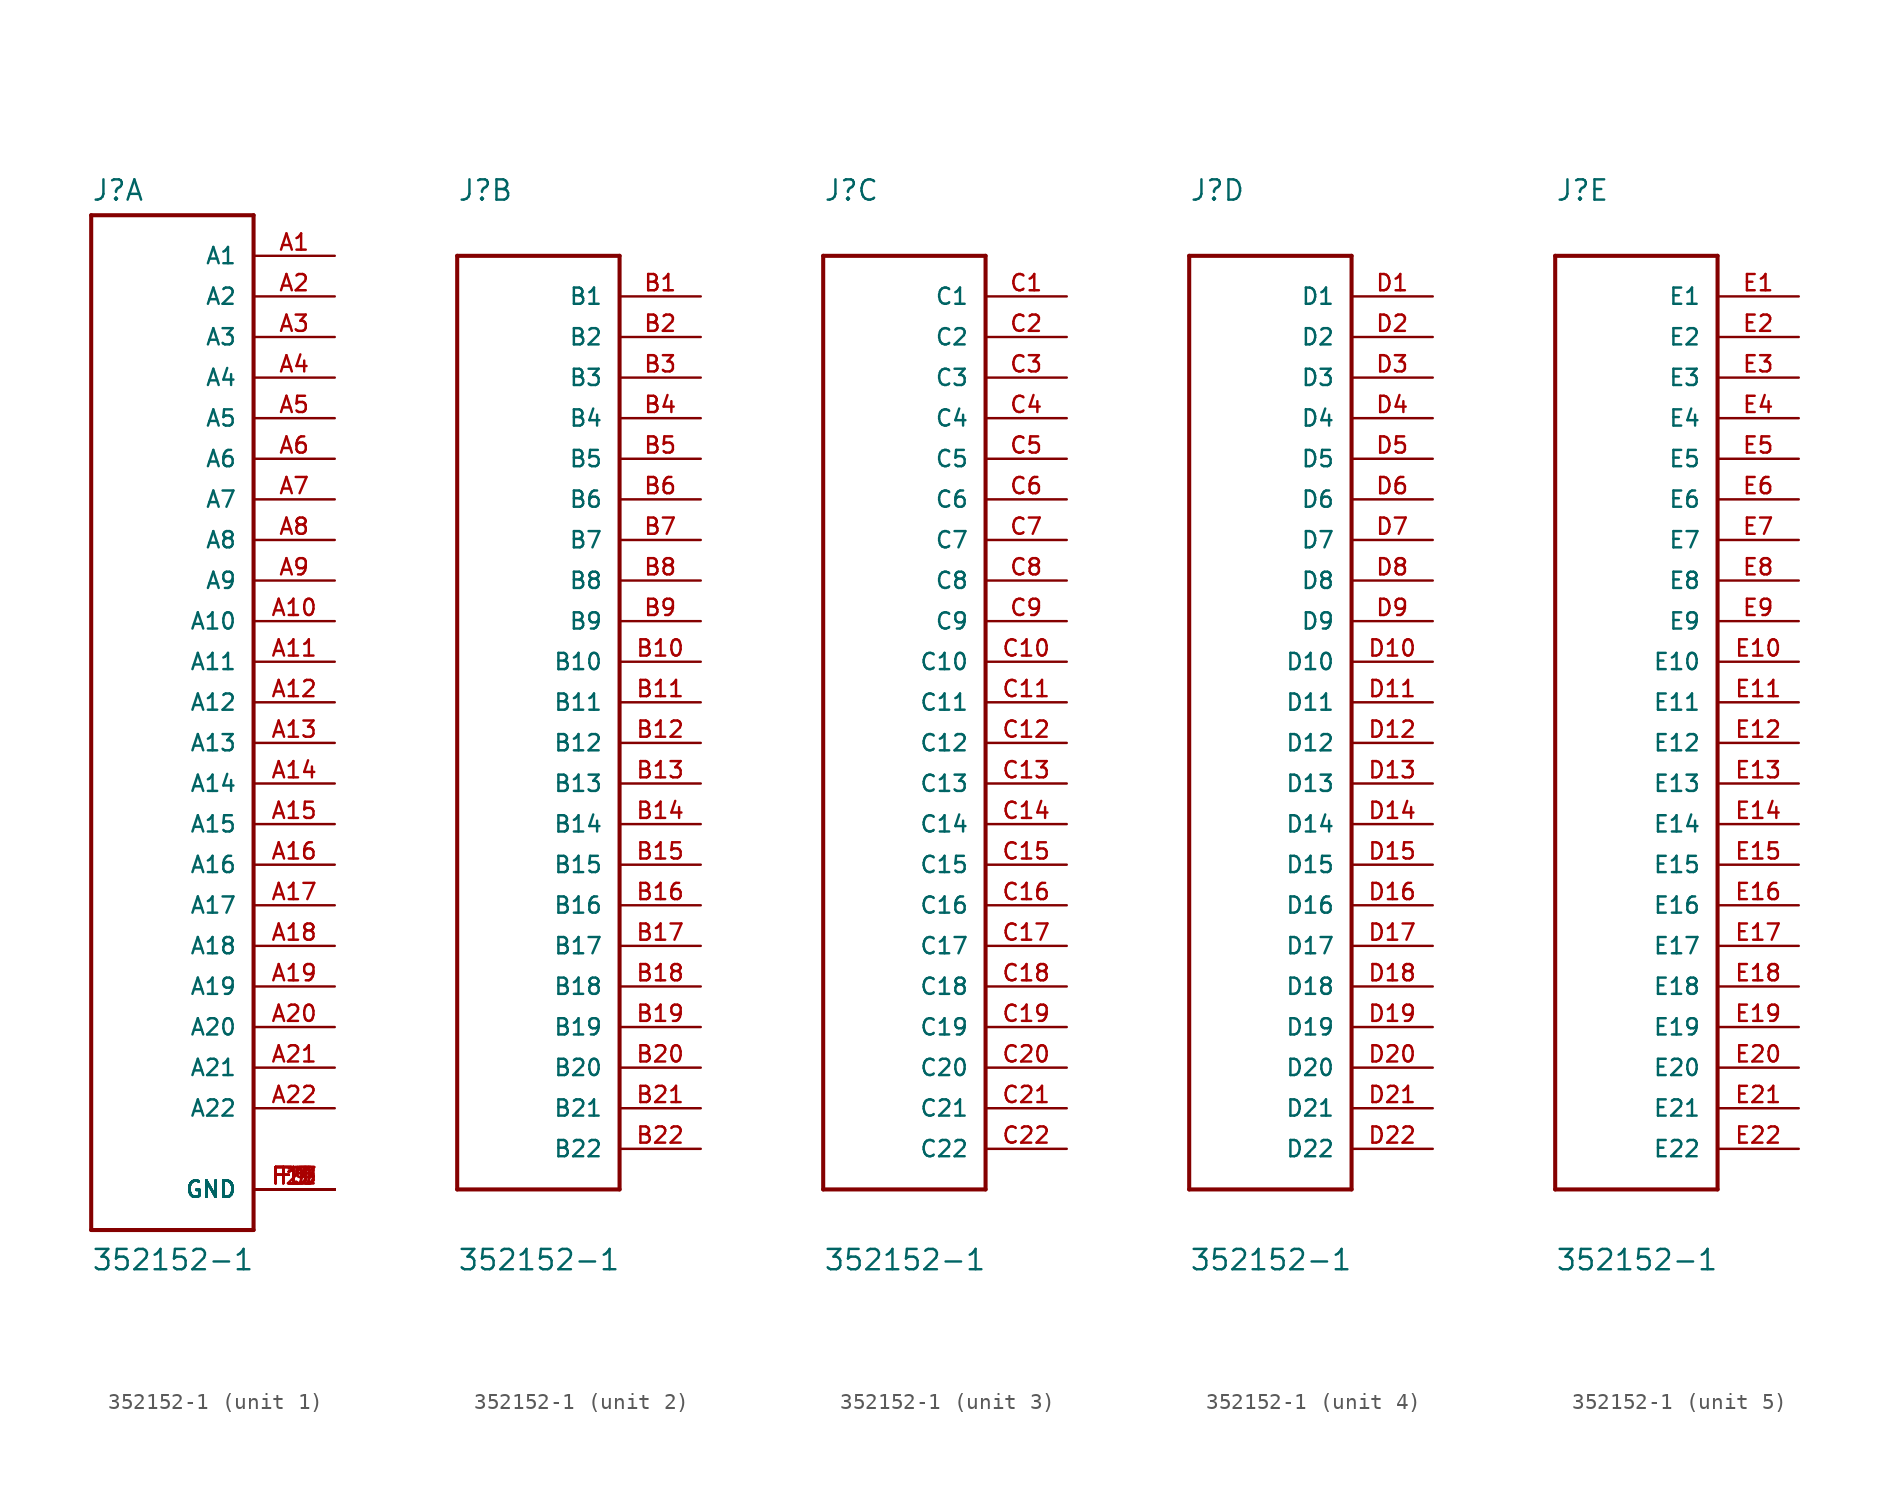
<source format=kicad_sym>
(kicad_symbol_lib
  (version 20211014)
  (generator kicad_symbol_editor)
  (symbol "352152-1"
    (pin_names
      (offset 1.016))
    (property "Reference" "J"
      (at -5.08 31.293 0)
      (effects (font (size 1.27 1.27)) (justify left bottom)))
    (property "Value" "352152-1"
      (at -5.08 -35.636 0)
      (effects (font (size 1.27 1.27)) (justify left bottom)))
    (property "ki_locked" ""
      (at 0 0 0)
      (effects (font (size 1.27 1.27))))
    (symbol "352152-1_1_0"
      (polyline (pts (xy -5.08 -33.02) (xy 5.08 -33.02)) (stroke (width 0.254) (type default) (color 0 0 0 0)) (fill (type none)))
      (polyline (pts (xy -5.08 30.48) (xy -5.08 -33.02)) (stroke (width 0.254) (type default) (color 0 0 0 0)) (fill (type none)))
      (polyline (pts (xy 5.08 -33.02) (xy 5.08 30.48)) (stroke (width 0.254) (type default) (color 0 0 0 0)) (fill (type none)))
      (polyline (pts (xy 5.08 30.48) (xy -5.08 30.48)) (stroke (width 0.254) (type default) (color 0 0 0 0)) (fill (type none)))
      (pin passive line (at 10.16 27.94 180) (length 5.08) (name "A1" (effects (font (size 1.016 1.016)))) (number "A1" (effects (font (size 1.016 1.016)))))
      (pin passive line (at 10.16 5.08 180) (length 5.08) (name "A10" (effects (font (size 1.016 1.016)))) (number "A10" (effects (font (size 1.016 1.016)))))
      (pin passive line (at 10.16 2.54 180) (length 5.08) (name "A11" (effects (font (size 1.016 1.016)))) (number "A11" (effects (font (size 1.016 1.016)))))
      (pin passive line (at 10.16 0 180) (length 5.08) (name "A12" (effects (font (size 1.016 1.016)))) (number "A12" (effects (font (size 1.016 1.016)))))
      (pin passive line (at 10.16 -2.54 180) (length 5.08) (name "A13" (effects (font (size 1.016 1.016)))) (number "A13" (effects (font (size 1.016 1.016)))))
      (pin passive line (at 10.16 -5.08 180) (length 5.08) (name "A14" (effects (font (size 1.016 1.016)))) (number "A14" (effects (font (size 1.016 1.016)))))
      (pin passive line (at 10.16 -7.62 180) (length 5.08) (name "A15" (effects (font (size 1.016 1.016)))) (number "A15" (effects (font (size 1.016 1.016)))))
      (pin passive line (at 10.16 -10.16 180) (length 5.08) (name "A16" (effects (font (size 1.016 1.016)))) (number "A16" (effects (font (size 1.016 1.016)))))
      (pin passive line (at 10.16 -12.7 180) (length 5.08) (name "A17" (effects (font (size 1.016 1.016)))) (number "A17" (effects (font (size 1.016 1.016)))))
      (pin passive line (at 10.16 -15.24 180) (length 5.08) (name "A18" (effects (font (size 1.016 1.016)))) (number "A18" (effects (font (size 1.016 1.016)))))
      (pin passive line (at 10.16 -17.78 180) (length 5.08) (name "A19" (effects (font (size 1.016 1.016)))) (number "A19" (effects (font (size 1.016 1.016)))))
      (pin passive line (at 10.16 25.4 180) (length 5.08) (name "A2" (effects (font (size 1.016 1.016)))) (number "A2" (effects (font (size 1.016 1.016)))))
      (pin passive line (at 10.16 -20.32 180) (length 5.08) (name "A20" (effects (font (size 1.016 1.016)))) (number "A20" (effects (font (size 1.016 1.016)))))
      (pin passive line (at 10.16 -22.86 180) (length 5.08) (name "A21" (effects (font (size 1.016 1.016)))) (number "A21" (effects (font (size 1.016 1.016)))))
      (pin passive line (at 10.16 -25.4 180) (length 5.08) (name "A22" (effects (font (size 1.016 1.016)))) (number "A22" (effects (font (size 1.016 1.016)))))
      (pin passive line (at 10.16 22.86 180) (length 5.08) (name "A3" (effects (font (size 1.016 1.016)))) (number "A3" (effects (font (size 1.016 1.016)))))
      (pin passive line (at 10.16 20.32 180) (length 5.08) (name "A4" (effects (font (size 1.016 1.016)))) (number "A4" (effects (font (size 1.016 1.016)))))
      (pin passive line (at 10.16 17.78 180) (length 5.08) (name "A5" (effects (font (size 1.016 1.016)))) (number "A5" (effects (font (size 1.016 1.016)))))
      (pin passive line (at 10.16 15.24 180) (length 5.08) (name "A6" (effects (font (size 1.016 1.016)))) (number "A6" (effects (font (size 1.016 1.016)))))
      (pin passive line (at 10.16 12.7 180) (length 5.08) (name "A7" (effects (font (size 1.016 1.016)))) (number "A7" (effects (font (size 1.016 1.016)))))
      (pin passive line (at 10.16 10.16 180) (length 5.08) (name "A8" (effects (font (size 1.016 1.016)))) (number "A8" (effects (font (size 1.016 1.016)))))
      (pin passive line (at 10.16 7.62 180) (length 5.08) (name "A9" (effects (font (size 1.016 1.016)))) (number "A9" (effects (font (size 1.016 1.016)))))
      (pin passive line (at 10.16 -30.48 180) (length 5.08) (name "GND" (effects (font (size 1.016 1.016)))) (number "F1" (effects (font (size 1.016 1.016)))))
      (pin passive line (at 10.16 -30.48 180) (length 5.08) (name "GND" (effects (font (size 1.016 1.016)))) (number "F11" (effects (font (size 1.016 1.016)))))
      (pin passive line (at 10.16 -30.48 180) (length 5.08) (name "GND" (effects (font (size 1.016 1.016)))) (number "F13" (effects (font (size 1.016 1.016)))))
      (pin passive line (at 10.16 -30.48 180) (length 5.08) (name "GND" (effects (font (size 1.016 1.016)))) (number "F15" (effects (font (size 1.016 1.016)))))
      (pin passive line (at 10.16 -30.48 180) (length 5.08) (name "GND" (effects (font (size 1.016 1.016)))) (number "F17" (effects (font (size 1.016 1.016)))))
      (pin passive line (at 10.16 -30.48 180) (length 5.08) (name "GND" (effects (font (size 1.016 1.016)))) (number "F19" (effects (font (size 1.016 1.016)))))
      (pin passive line (at 10.16 -30.48 180) (length 5.08) (name "GND" (effects (font (size 1.016 1.016)))) (number "F21" (effects (font (size 1.016 1.016)))))
      (pin passive line (at 10.16 -30.48 180) (length 5.08) (name "GND" (effects (font (size 1.016 1.016)))) (number "F3" (effects (font (size 1.016 1.016)))))
      (pin passive line (at 10.16 -30.48 180) (length 5.08) (name "GND" (effects (font (size 1.016 1.016)))) (number "F5" (effects (font (size 1.016 1.016)))))
      (pin passive line (at 10.16 -30.48 180) (length 5.08) (name "GND" (effects (font (size 1.016 1.016)))) (number "F7" (effects (font (size 1.016 1.016)))))
      (pin passive line (at 10.16 -30.48 180) (length 5.08) (name "GND" (effects (font (size 1.016 1.016)))) (number "F9" (effects (font (size 1.016 1.016))))))
    (symbol "352152-1_2_0"
      (polyline (pts (xy -5.08 -30.48) (xy 5.08 -30.48)) (stroke (width 0.254) (type default) (color 0 0 0 0)) (fill (type none)))
      (polyline (pts (xy -5.08 27.94) (xy -5.08 -30.48)) (stroke (width 0.254) (type default) (color 0 0 0 0)) (fill (type none)))
      (polyline (pts (xy 5.08 -30.48) (xy 5.08 27.94)) (stroke (width 0.254) (type default) (color 0 0 0 0)) (fill (type none)))
      (polyline (pts (xy 5.08 27.94) (xy -5.08 27.94)) (stroke (width 0.254) (type default) (color 0 0 0 0)) (fill (type none)))
      (pin passive line (at 10.16 25.4 180) (length 5.08) (name "B1" (effects (font (size 1.016 1.016)))) (number "B1" (effects (font (size 1.016 1.016)))))
      (pin passive line (at 10.16 2.54 180) (length 5.08) (name "B10" (effects (font (size 1.016 1.016)))) (number "B10" (effects (font (size 1.016 1.016)))))
      (pin passive line (at 10.16 0 180) (length 5.08) (name "B11" (effects (font (size 1.016 1.016)))) (number "B11" (effects (font (size 1.016 1.016)))))
      (pin passive line (at 10.16 -2.54 180) (length 5.08) (name "B12" (effects (font (size 1.016 1.016)))) (number "B12" (effects (font (size 1.016 1.016)))))
      (pin passive line (at 10.16 -5.08 180) (length 5.08) (name "B13" (effects (font (size 1.016 1.016)))) (number "B13" (effects (font (size 1.016 1.016)))))
      (pin passive line (at 10.16 -7.62 180) (length 5.08) (name "B14" (effects (font (size 1.016 1.016)))) (number "B14" (effects (font (size 1.016 1.016)))))
      (pin passive line (at 10.16 -10.16 180) (length 5.08) (name "B15" (effects (font (size 1.016 1.016)))) (number "B15" (effects (font (size 1.016 1.016)))))
      (pin passive line (at 10.16 -12.7 180) (length 5.08) (name "B16" (effects (font (size 1.016 1.016)))) (number "B16" (effects (font (size 1.016 1.016)))))
      (pin passive line (at 10.16 -15.24 180) (length 5.08) (name "B17" (effects (font (size 1.016 1.016)))) (number "B17" (effects (font (size 1.016 1.016)))))
      (pin passive line (at 10.16 -17.78 180) (length 5.08) (name "B18" (effects (font (size 1.016 1.016)))) (number "B18" (effects (font (size 1.016 1.016)))))
      (pin passive line (at 10.16 -20.32 180) (length 5.08) (name "B19" (effects (font (size 1.016 1.016)))) (number "B19" (effects (font (size 1.016 1.016)))))
      (pin passive line (at 10.16 22.86 180) (length 5.08) (name "B2" (effects (font (size 1.016 1.016)))) (number "B2" (effects (font (size 1.016 1.016)))))
      (pin passive line (at 10.16 -22.86 180) (length 5.08) (name "B20" (effects (font (size 1.016 1.016)))) (number "B20" (effects (font (size 1.016 1.016)))))
      (pin passive line (at 10.16 -25.4 180) (length 5.08) (name "B21" (effects (font (size 1.016 1.016)))) (number "B21" (effects (font (size 1.016 1.016)))))
      (pin passive line (at 10.16 -27.94 180) (length 5.08) (name "B22" (effects (font (size 1.016 1.016)))) (number "B22" (effects (font (size 1.016 1.016)))))
      (pin passive line (at 10.16 20.32 180) (length 5.08) (name "B3" (effects (font (size 1.016 1.016)))) (number "B3" (effects (font (size 1.016 1.016)))))
      (pin passive line (at 10.16 17.78 180) (length 5.08) (name "B4" (effects (font (size 1.016 1.016)))) (number "B4" (effects (font (size 1.016 1.016)))))
      (pin passive line (at 10.16 15.24 180) (length 5.08) (name "B5" (effects (font (size 1.016 1.016)))) (number "B5" (effects (font (size 1.016 1.016)))))
      (pin passive line (at 10.16 12.7 180) (length 5.08) (name "B6" (effects (font (size 1.016 1.016)))) (number "B6" (effects (font (size 1.016 1.016)))))
      (pin passive line (at 10.16 10.16 180) (length 5.08) (name "B7" (effects (font (size 1.016 1.016)))) (number "B7" (effects (font (size 1.016 1.016)))))
      (pin passive line (at 10.16 7.62 180) (length 5.08) (name "B8" (effects (font (size 1.016 1.016)))) (number "B8" (effects (font (size 1.016 1.016)))))
      (pin passive line (at 10.16 5.08 180) (length 5.08) (name "B9" (effects (font (size 1.016 1.016)))) (number "B9" (effects (font (size 1.016 1.016))))))
    (symbol "352152-1_3_0"
      (polyline (pts (xy -5.08 -30.48) (xy 5.08 -30.48)) (stroke (width 0.254) (type default) (color 0 0 0 0)) (fill (type none)))
      (polyline (pts (xy -5.08 27.94) (xy -5.08 -30.48)) (stroke (width 0.254) (type default) (color 0 0 0 0)) (fill (type none)))
      (polyline (pts (xy 5.08 -30.48) (xy 5.08 27.94)) (stroke (width 0.254) (type default) (color 0 0 0 0)) (fill (type none)))
      (polyline (pts (xy 5.08 27.94) (xy -5.08 27.94)) (stroke (width 0.254) (type default) (color 0 0 0 0)) (fill (type none)))
      (pin passive line (at 10.16 25.4 180) (length 5.08) (name "C1" (effects (font (size 1.016 1.016)))) (number "C1" (effects (font (size 1.016 1.016)))))
      (pin passive line (at 10.16 2.54 180) (length 5.08) (name "C10" (effects (font (size 1.016 1.016)))) (number "C10" (effects (font (size 1.016 1.016)))))
      (pin passive line (at 10.16 0 180) (length 5.08) (name "C11" (effects (font (size 1.016 1.016)))) (number "C11" (effects (font (size 1.016 1.016)))))
      (pin passive line (at 10.16 -2.54 180) (length 5.08) (name "C12" (effects (font (size 1.016 1.016)))) (number "C12" (effects (font (size 1.016 1.016)))))
      (pin passive line (at 10.16 -5.08 180) (length 5.08) (name "C13" (effects (font (size 1.016 1.016)))) (number "C13" (effects (font (size 1.016 1.016)))))
      (pin passive line (at 10.16 -7.62 180) (length 5.08) (name "C14" (effects (font (size 1.016 1.016)))) (number "C14" (effects (font (size 1.016 1.016)))))
      (pin passive line (at 10.16 -10.16 180) (length 5.08) (name "C15" (effects (font (size 1.016 1.016)))) (number "C15" (effects (font (size 1.016 1.016)))))
      (pin passive line (at 10.16 -12.7 180) (length 5.08) (name "C16" (effects (font (size 1.016 1.016)))) (number "C16" (effects (font (size 1.016 1.016)))))
      (pin passive line (at 10.16 -15.24 180) (length 5.08) (name "C17" (effects (font (size 1.016 1.016)))) (number "C17" (effects (font (size 1.016 1.016)))))
      (pin passive line (at 10.16 -17.78 180) (length 5.08) (name "C18" (effects (font (size 1.016 1.016)))) (number "C18" (effects (font (size 1.016 1.016)))))
      (pin passive line (at 10.16 -20.32 180) (length 5.08) (name "C19" (effects (font (size 1.016 1.016)))) (number "C19" (effects (font (size 1.016 1.016)))))
      (pin passive line (at 10.16 22.86 180) (length 5.08) (name "C2" (effects (font (size 1.016 1.016)))) (number "C2" (effects (font (size 1.016 1.016)))))
      (pin passive line (at 10.16 -22.86 180) (length 5.08) (name "C20" (effects (font (size 1.016 1.016)))) (number "C20" (effects (font (size 1.016 1.016)))))
      (pin passive line (at 10.16 -25.4 180) (length 5.08) (name "C21" (effects (font (size 1.016 1.016)))) (number "C21" (effects (font (size 1.016 1.016)))))
      (pin passive line (at 10.16 -27.94 180) (length 5.08) (name "C22" (effects (font (size 1.016 1.016)))) (number "C22" (effects (font (size 1.016 1.016)))))
      (pin passive line (at 10.16 20.32 180) (length 5.08) (name "C3" (effects (font (size 1.016 1.016)))) (number "C3" (effects (font (size 1.016 1.016)))))
      (pin passive line (at 10.16 17.78 180) (length 5.08) (name "C4" (effects (font (size 1.016 1.016)))) (number "C4" (effects (font (size 1.016 1.016)))))
      (pin passive line (at 10.16 15.24 180) (length 5.08) (name "C5" (effects (font (size 1.016 1.016)))) (number "C5" (effects (font (size 1.016 1.016)))))
      (pin passive line (at 10.16 12.7 180) (length 5.08) (name "C6" (effects (font (size 1.016 1.016)))) (number "C6" (effects (font (size 1.016 1.016)))))
      (pin passive line (at 10.16 10.16 180) (length 5.08) (name "C7" (effects (font (size 1.016 1.016)))) (number "C7" (effects (font (size 1.016 1.016)))))
      (pin passive line (at 10.16 7.62 180) (length 5.08) (name "C8" (effects (font (size 1.016 1.016)))) (number "C8" (effects (font (size 1.016 1.016)))))
      (pin passive line (at 10.16 5.08 180) (length 5.08) (name "C9" (effects (font (size 1.016 1.016)))) (number "C9" (effects (font (size 1.016 1.016))))))
    (symbol "352152-1_4_0"
      (polyline (pts (xy -5.08 -30.48) (xy 5.08 -30.48)) (stroke (width 0.254) (type default) (color 0 0 0 0)) (fill (type none)))
      (polyline (pts (xy -5.08 27.94) (xy -5.08 -30.48)) (stroke (width 0.254) (type default) (color 0 0 0 0)) (fill (type none)))
      (polyline (pts (xy 5.08 -30.48) (xy 5.08 27.94)) (stroke (width 0.254) (type default) (color 0 0 0 0)) (fill (type none)))
      (polyline (pts (xy 5.08 27.94) (xy -5.08 27.94)) (stroke (width 0.254) (type default) (color 0 0 0 0)) (fill (type none)))
      (pin passive line (at 10.16 25.4 180) (length 5.08) (name "D1" (effects (font (size 1.016 1.016)))) (number "D1" (effects (font (size 1.016 1.016)))))
      (pin passive line (at 10.16 2.54 180) (length 5.08) (name "D10" (effects (font (size 1.016 1.016)))) (number "D10" (effects (font (size 1.016 1.016)))))
      (pin passive line (at 10.16 0 180) (length 5.08) (name "D11" (effects (font (size 1.016 1.016)))) (number "D11" (effects (font (size 1.016 1.016)))))
      (pin passive line (at 10.16 -2.54 180) (length 5.08) (name "D12" (effects (font (size 1.016 1.016)))) (number "D12" (effects (font (size 1.016 1.016)))))
      (pin passive line (at 10.16 -5.08 180) (length 5.08) (name "D13" (effects (font (size 1.016 1.016)))) (number "D13" (effects (font (size 1.016 1.016)))))
      (pin passive line (at 10.16 -7.62 180) (length 5.08) (name "D14" (effects (font (size 1.016 1.016)))) (number "D14" (effects (font (size 1.016 1.016)))))
      (pin passive line (at 10.16 -10.16 180) (length 5.08) (name "D15" (effects (font (size 1.016 1.016)))) (number "D15" (effects (font (size 1.016 1.016)))))
      (pin passive line (at 10.16 -12.7 180) (length 5.08) (name "D16" (effects (font (size 1.016 1.016)))) (number "D16" (effects (font (size 1.016 1.016)))))
      (pin passive line (at 10.16 -15.24 180) (length 5.08) (name "D17" (effects (font (size 1.016 1.016)))) (number "D17" (effects (font (size 1.016 1.016)))))
      (pin passive line (at 10.16 -17.78 180) (length 5.08) (name "D18" (effects (font (size 1.016 1.016)))) (number "D18" (effects (font (size 1.016 1.016)))))
      (pin passive line (at 10.16 -20.32 180) (length 5.08) (name "D19" (effects (font (size 1.016 1.016)))) (number "D19" (effects (font (size 1.016 1.016)))))
      (pin passive line (at 10.16 22.86 180) (length 5.08) (name "D2" (effects (font (size 1.016 1.016)))) (number "D2" (effects (font (size 1.016 1.016)))))
      (pin passive line (at 10.16 -22.86 180) (length 5.08) (name "D20" (effects (font (size 1.016 1.016)))) (number "D20" (effects (font (size 1.016 1.016)))))
      (pin passive line (at 10.16 -25.4 180) (length 5.08) (name "D21" (effects (font (size 1.016 1.016)))) (number "D21" (effects (font (size 1.016 1.016)))))
      (pin passive line (at 10.16 -27.94 180) (length 5.08) (name "D22" (effects (font (size 1.016 1.016)))) (number "D22" (effects (font (size 1.016 1.016)))))
      (pin passive line (at 10.16 20.32 180) (length 5.08) (name "D3" (effects (font (size 1.016 1.016)))) (number "D3" (effects (font (size 1.016 1.016)))))
      (pin passive line (at 10.16 17.78 180) (length 5.08) (name "D4" (effects (font (size 1.016 1.016)))) (number "D4" (effects (font (size 1.016 1.016)))))
      (pin passive line (at 10.16 15.24 180) (length 5.08) (name "D5" (effects (font (size 1.016 1.016)))) (number "D5" (effects (font (size 1.016 1.016)))))
      (pin passive line (at 10.16 12.7 180) (length 5.08) (name "D6" (effects (font (size 1.016 1.016)))) (number "D6" (effects (font (size 1.016 1.016)))))
      (pin passive line (at 10.16 10.16 180) (length 5.08) (name "D7" (effects (font (size 1.016 1.016)))) (number "D7" (effects (font (size 1.016 1.016)))))
      (pin passive line (at 10.16 7.62 180) (length 5.08) (name "D8" (effects (font (size 1.016 1.016)))) (number "D8" (effects (font (size 1.016 1.016)))))
      (pin passive line (at 10.16 5.08 180) (length 5.08) (name "D9" (effects (font (size 1.016 1.016)))) (number "D9" (effects (font (size 1.016 1.016))))))
    (symbol "352152-1_5_0"
      (polyline (pts (xy -5.08 -30.48) (xy 5.08 -30.48)) (stroke (width 0.254) (type default) (color 0 0 0 0)) (fill (type none)))
      (polyline (pts (xy -5.08 27.94) (xy -5.08 -30.48)) (stroke (width 0.254) (type default) (color 0 0 0 0)) (fill (type none)))
      (polyline (pts (xy 5.08 -30.48) (xy 5.08 27.94)) (stroke (width 0.254) (type default) (color 0 0 0 0)) (fill (type none)))
      (polyline (pts (xy 5.08 27.94) (xy -5.08 27.94)) (stroke (width 0.254) (type default) (color 0 0 0 0)) (fill (type none)))
      (pin passive line (at 10.16 25.4 180) (length 5.08) (name "E1" (effects (font (size 1.016 1.016)))) (number "E1" (effects (font (size 1.016 1.016)))))
      (pin passive line (at 10.16 2.54 180) (length 5.08) (name "E10" (effects (font (size 1.016 1.016)))) (number "E10" (effects (font (size 1.016 1.016)))))
      (pin passive line (at 10.16 0 180) (length 5.08) (name "E11" (effects (font (size 1.016 1.016)))) (number "E11" (effects (font (size 1.016 1.016)))))
      (pin passive line (at 10.16 -2.54 180) (length 5.08) (name "E12" (effects (font (size 1.016 1.016)))) (number "E12" (effects (font (size 1.016 1.016)))))
      (pin passive line (at 10.16 -5.08 180) (length 5.08) (name "E13" (effects (font (size 1.016 1.016)))) (number "E13" (effects (font (size 1.016 1.016)))))
      (pin passive line (at 10.16 -7.62 180) (length 5.08) (name "E14" (effects (font (size 1.016 1.016)))) (number "E14" (effects (font (size 1.016 1.016)))))
      (pin passive line (at 10.16 -10.16 180) (length 5.08) (name "E15" (effects (font (size 1.016 1.016)))) (number "E15" (effects (font (size 1.016 1.016)))))
      (pin passive line (at 10.16 -12.7 180) (length 5.08) (name "E16" (effects (font (size 1.016 1.016)))) (number "E16" (effects (font (size 1.016 1.016)))))
      (pin passive line (at 10.16 -15.24 180) (length 5.08) (name "E17" (effects (font (size 1.016 1.016)))) (number "E17" (effects (font (size 1.016 1.016)))))
      (pin passive line (at 10.16 -17.78 180) (length 5.08) (name "E18" (effects (font (size 1.016 1.016)))) (number "E18" (effects (font (size 1.016 1.016)))))
      (pin passive line (at 10.16 -20.32 180) (length 5.08) (name "E19" (effects (font (size 1.016 1.016)))) (number "E19" (effects (font (size 1.016 1.016)))))
      (pin passive line (at 10.16 22.86 180) (length 5.08) (name "E2" (effects (font (size 1.016 1.016)))) (number "E2" (effects (font (size 1.016 1.016)))))
      (pin passive line (at 10.16 -22.86 180) (length 5.08) (name "E20" (effects (font (size 1.016 1.016)))) (number "E20" (effects (font (size 1.016 1.016)))))
      (pin passive line (at 10.16 -25.4 180) (length 5.08) (name "E21" (effects (font (size 1.016 1.016)))) (number "E21" (effects (font (size 1.016 1.016)))))
      (pin passive line (at 10.16 -27.94 180) (length 5.08) (name "E22" (effects (font (size 1.016 1.016)))) (number "E22" (effects (font (size 1.016 1.016)))))
      (pin passive line (at 10.16 20.32 180) (length 5.08) (name "E3" (effects (font (size 1.016 1.016)))) (number "E3" (effects (font (size 1.016 1.016)))))
      (pin passive line (at 10.16 17.78 180) (length 5.08) (name "E4" (effects (font (size 1.016 1.016)))) (number "E4" (effects (font (size 1.016 1.016)))))
      (pin passive line (at 10.16 15.24 180) (length 5.08) (name "E5" (effects (font (size 1.016 1.016)))) (number "E5" (effects (font (size 1.016 1.016)))))
      (pin passive line (at 10.16 12.7 180) (length 5.08) (name "E6" (effects (font (size 1.016 1.016)))) (number "E6" (effects (font (size 1.016 1.016)))))
      (pin passive line (at 10.16 10.16 180) (length 5.08) (name "E7" (effects (font (size 1.016 1.016)))) (number "E7" (effects (font (size 1.016 1.016)))))
      (pin passive line (at 10.16 7.62 180) (length 5.08) (name "E8" (effects (font (size 1.016 1.016)))) (number "E8" (effects (font (size 1.016 1.016)))))
      (pin passive line (at 10.16 5.08 180) (length 5.08) (name "E9" (effects (font (size 1.016 1.016)))) (number "E9" (effects (font (size 1.016 1.016))))))))
</source>
